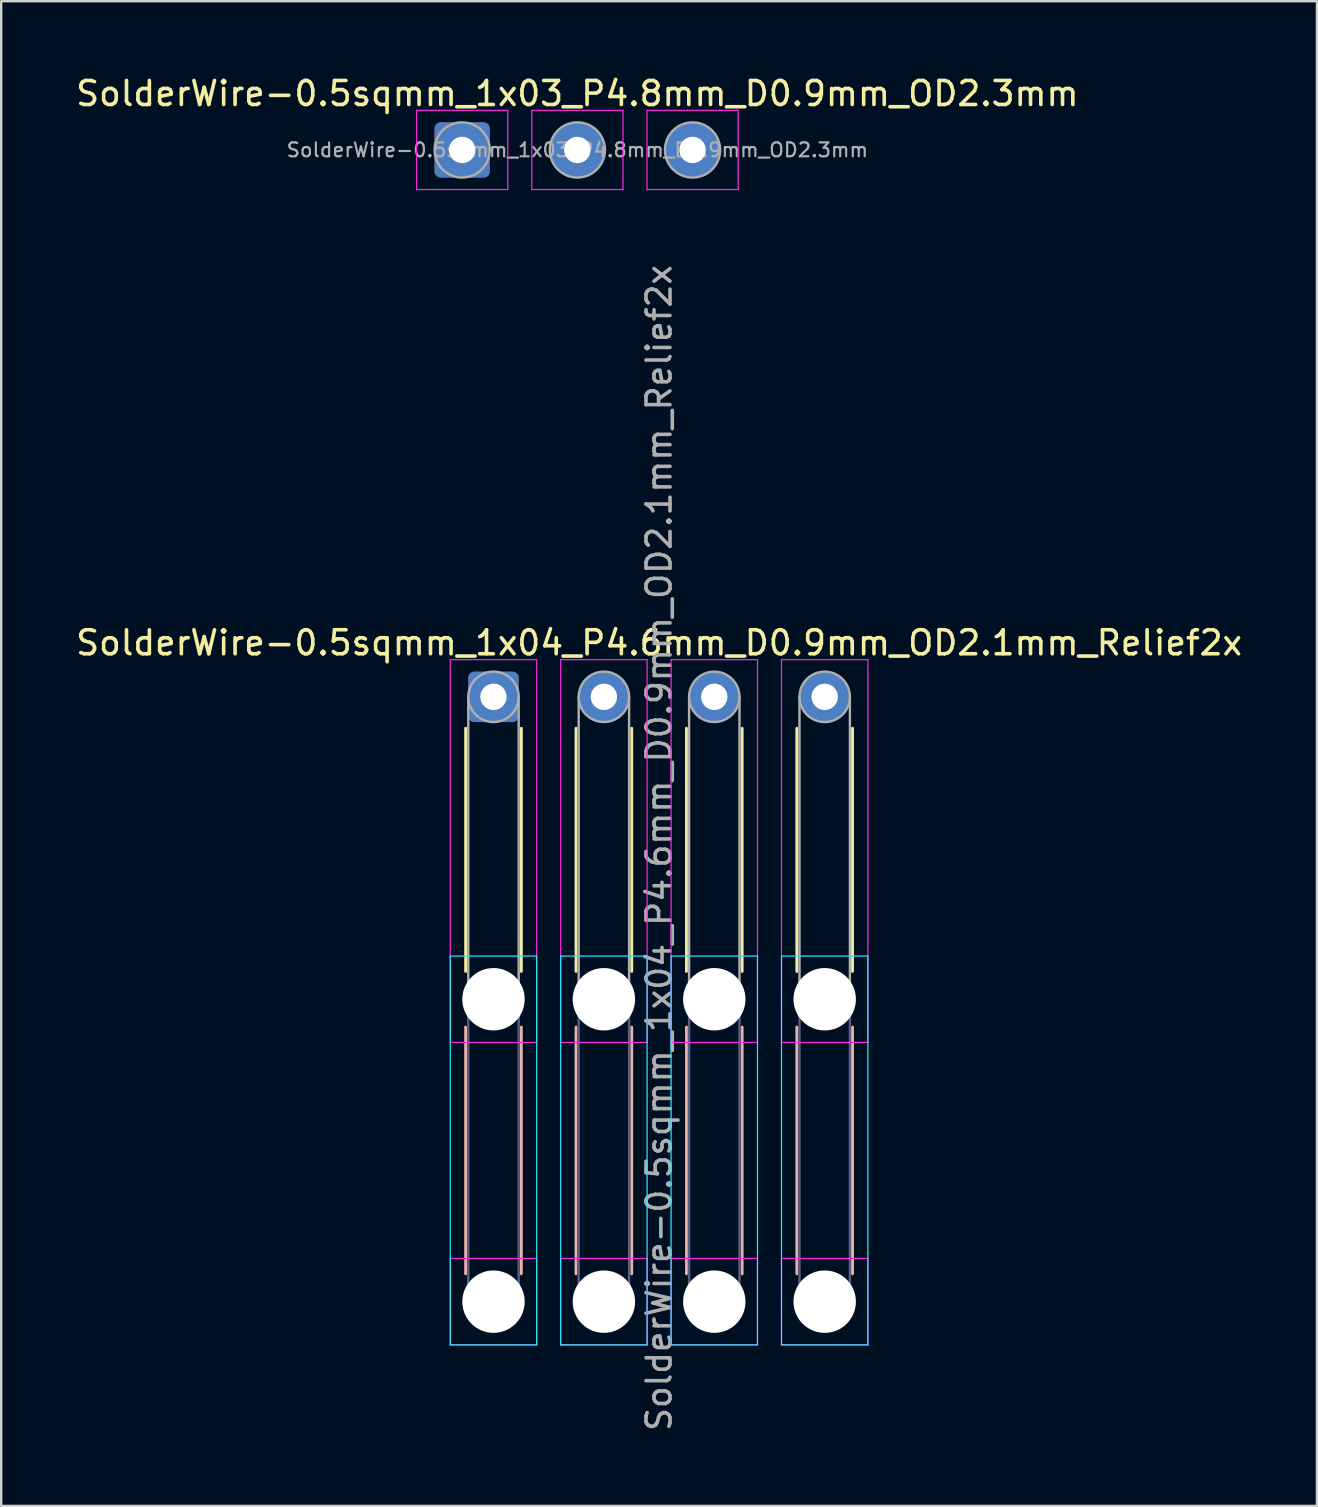
<source format=kicad_pcb>
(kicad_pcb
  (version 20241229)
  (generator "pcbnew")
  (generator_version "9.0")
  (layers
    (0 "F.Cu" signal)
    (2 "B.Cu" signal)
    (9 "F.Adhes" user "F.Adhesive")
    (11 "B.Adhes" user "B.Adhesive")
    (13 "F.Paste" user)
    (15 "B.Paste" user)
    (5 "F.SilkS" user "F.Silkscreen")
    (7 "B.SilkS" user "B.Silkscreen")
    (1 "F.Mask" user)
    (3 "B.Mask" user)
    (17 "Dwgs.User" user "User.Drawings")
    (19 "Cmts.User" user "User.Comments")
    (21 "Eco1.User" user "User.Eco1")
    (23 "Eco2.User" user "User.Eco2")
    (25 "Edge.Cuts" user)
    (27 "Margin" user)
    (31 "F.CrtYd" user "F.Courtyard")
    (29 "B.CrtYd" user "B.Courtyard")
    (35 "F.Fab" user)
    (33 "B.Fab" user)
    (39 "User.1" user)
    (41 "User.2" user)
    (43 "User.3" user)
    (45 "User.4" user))
  (footprint "SolderWire-0.5sqmm_1x04_P4.6mm_D0.9mm_OD2.1mm_Relief2x"
    (layer "F.Cu")
    (at 17.511 25.984)
    (property "Reference" "SolderWire-0.5sqmm_1x04_P4.6mm_D0.9mm_OD2.1mm_Relief2x" (at 6.9 -2.25 0) (layer "F.SilkS") (effects (font (size 1 1) (thickness 0.15))))
    (attr exclude_from_pos_files exclude_from_bom)
    (fp_line (start -1.16 1.31) (end -1.16 11.44) (stroke (width 0.12) (type solid)) (layer "F.SilkS"))
    (fp_line (start 1.16 1.31) (end 1.16 11.44) (stroke (width 0.12) (type solid)) (layer "F.SilkS"))
    (fp_line (start 3.44 1.31) (end 3.44 11.44) (stroke (width 0.12) (type solid)) (layer "F.SilkS"))
    (fp_line (start 5.76 1.31) (end 5.76 11.44) (stroke (width 0.12) (type solid)) (layer "F.SilkS"))
    (fp_line (start 8.04 1.31) (end 8.04 11.44) (stroke (width 0.12) (type solid)) (layer "F.SilkS"))
    (fp_line (start 10.36 1.31) (end 10.36 11.44) (stroke (width 0.12) (type solid)) (layer "F.SilkS"))
    (fp_line (start 12.64 1.31) (end 12.64 11.44) (stroke (width 0.12) (type solid)) (layer "F.SilkS"))
    (fp_line (start 14.96 1.31) (end 14.96 11.44) (stroke (width 0.12) (type solid)) (layer "F.SilkS"))
    (fp_line (start -1.16 13.76) (end -1.16 24.04) (stroke (width 0.12) (type solid)) (layer "B.SilkS"))
    (fp_line (start 1.16 13.76) (end 1.16 24.04) (stroke (width 0.12) (type solid)) (layer "B.SilkS"))
    (fp_line (start 3.44 13.76) (end 3.44 24.04) (stroke (width 0.12) (type solid)) (layer "B.SilkS"))
    (fp_line (start 5.76 13.76) (end 5.76 24.04) (stroke (width 0.12) (type solid)) (layer "B.SilkS"))
    (fp_line (start 8.04 13.76) (end 8.04 24.04) (stroke (width 0.12) (type solid)) (layer "B.SilkS"))
    (fp_line (start 10.36 13.76) (end 10.36 24.04) (stroke (width 0.12) (type solid)) (layer "B.SilkS"))
    (fp_line (start 12.64 13.76) (end 12.64 24.04) (stroke (width 0.12) (type solid)) (layer "B.SilkS"))
    (fp_line (start 14.96 13.76) (end 14.96 24.04) (stroke (width 0.12) (type solid)) (layer "B.SilkS"))
    (fp_line (start -1.8 10.8) (end -1.8 27) (stroke (width 0.05) (type solid)) (layer "B.CrtYd"))
    (fp_line (start -1.8 27) (end 1.8 27) (stroke (width 0.05) (type solid)) (layer "B.CrtYd"))
    (fp_line (start 1.8 10.8) (end -1.8 10.8) (stroke (width 0.05) (type solid)) (layer "B.CrtYd"))
    (fp_line (start 1.8 27) (end 1.8 10.8) (stroke (width 0.05) (type solid)) (layer "B.CrtYd"))
    (fp_line (start 2.8 10.8) (end 2.8 27) (stroke (width 0.05) (type solid)) (layer "B.CrtYd"))
    (fp_line (start 2.8 27) (end 6.4 27) (stroke (width 0.05) (type solid)) (layer "B.CrtYd"))
    (fp_line (start 6.4 10.8) (end 2.8 10.8) (stroke (width 0.05) (type solid)) (layer "B.CrtYd"))
    (fp_line (start 6.4 27) (end 6.4 10.8) (stroke (width 0.05) (type solid)) (layer "B.CrtYd"))
    (fp_line (start 7.4 10.8) (end 7.4 27) (stroke (width 0.05) (type solid)) (layer "B.CrtYd"))
    (fp_line (start 7.4 27) (end 11 27) (stroke (width 0.05) (type solid)) (layer "B.CrtYd"))
    (fp_line (start 11 10.8) (end 7.4 10.8) (stroke (width 0.05) (type solid)) (layer "B.CrtYd"))
    (fp_line (start 11 27) (end 11 10.8) (stroke (width 0.05) (type solid)) (layer "B.CrtYd"))
    (fp_line (start 12 10.8) (end 12 27) (stroke (width 0.05) (type solid)) (layer "B.CrtYd"))
    (fp_line (start 12 27) (end 15.6 27) (stroke (width 0.05) (type solid)) (layer "B.CrtYd"))
    (fp_line (start 15.6 10.8) (end 12 10.8) (stroke (width 0.05) (type solid)) (layer "B.CrtYd"))
    (fp_line (start 15.6 27) (end 15.6 10.8) (stroke (width 0.05) (type solid)) (layer "B.CrtYd"))
    (fp_line (start -1.8 -1.55) (end -1.8 14.4) (stroke (width 0.05) (type solid)) (layer "F.CrtYd"))
    (fp_line (start -1.8 14.4) (end 1.8 14.4) (stroke (width 0.05) (type solid)) (layer "F.CrtYd"))
    (fp_line (start -1.8 23.4) (end -1.8 27) (stroke (width 0.05) (type solid)) (layer "F.CrtYd"))
    (fp_line (start -1.8 27) (end 1.8 27) (stroke (width 0.05) (type solid)) (layer "F.CrtYd"))
    (fp_line (start 1.8 -1.55) (end -1.8 -1.55) (stroke (width 0.05) (type solid)) (layer "F.CrtYd"))
    (fp_line (start 1.8 14.4) (end 1.8 -1.55) (stroke (width 0.05) (type solid)) (layer "F.CrtYd"))
    (fp_line (start 1.8 23.4) (end -1.8 23.4) (stroke (width 0.05) (type solid)) (layer "F.CrtYd"))
    (fp_line (start 1.8 27) (end 1.8 23.4) (stroke (width 0.05) (type solid)) (layer "F.CrtYd"))
    (fp_line (start 2.8 -1.55) (end 2.8 14.4) (stroke (width 0.05) (type solid)) (layer "F.CrtYd"))
    (fp_line (start 2.8 14.4) (end 6.4 14.4) (stroke (width 0.05) (type solid)) (layer "F.CrtYd"))
    (fp_line (start 2.8 23.4) (end 2.8 27) (stroke (width 0.05) (type solid)) (layer "F.CrtYd"))
    (fp_line (start 2.8 27) (end 6.4 27) (stroke (width 0.05) (type solid)) (layer "F.CrtYd"))
    (fp_line (start 6.4 -1.55) (end 2.8 -1.55) (stroke (width 0.05) (type solid)) (layer "F.CrtYd"))
    (fp_line (start 6.4 14.4) (end 6.4 -1.55) (stroke (width 0.05) (type solid)) (layer "F.CrtYd"))
    (fp_line (start 6.4 23.4) (end 2.8 23.4) (stroke (width 0.05) (type solid)) (layer "F.CrtYd"))
    (fp_line (start 6.4 27) (end 6.4 23.4) (stroke (width 0.05) (type solid)) (layer "F.CrtYd"))
    (fp_line (start 7.4 -1.55) (end 7.4 14.4) (stroke (width 0.05) (type solid)) (layer "F.CrtYd"))
    (fp_line (start 7.4 14.4) (end 11 14.4) (stroke (width 0.05) (type solid)) (layer "F.CrtYd"))
    (fp_line (start 7.4 23.4) (end 7.4 27) (stroke (width 0.05) (type solid)) (layer "F.CrtYd"))
    (fp_line (start 7.4 27) (end 11 27) (stroke (width 0.05) (type solid)) (layer "F.CrtYd"))
    (fp_line (start 11 -1.55) (end 7.4 -1.55) (stroke (width 0.05) (type solid)) (layer "F.CrtYd"))
    (fp_line (start 11 14.4) (end 11 -1.55) (stroke (width 0.05) (type solid)) (layer "F.CrtYd"))
    (fp_line (start 11 23.4) (end 7.4 23.4) (stroke (width 0.05) (type solid)) (layer "F.CrtYd"))
    (fp_line (start 11 27) (end 11 23.4) (stroke (width 0.05) (type solid)) (layer "F.CrtYd"))
    (fp_line (start 12 -1.55) (end 12 14.4) (stroke (width 0.05) (type solid)) (layer "F.CrtYd"))
    (fp_line (start 12 14.4) (end 15.6 14.4) (stroke (width 0.05) (type solid)) (layer "F.CrtYd"))
    (fp_line (start 12 23.4) (end 12 27) (stroke (width 0.05) (type solid)) (layer "F.CrtYd"))
    (fp_line (start 12 27) (end 15.6 27) (stroke (width 0.05) (type solid)) (layer "F.CrtYd"))
    (fp_line (start 15.6 -1.55) (end 12 -1.55) (stroke (width 0.05) (type solid)) (layer "F.CrtYd"))
    (fp_line (start 15.6 14.4) (end 15.6 -1.55) (stroke (width 0.05) (type solid)) (layer "F.CrtYd"))
    (fp_line (start 15.6 23.4) (end 12 23.4) (stroke (width 0.05) (type solid)) (layer "F.CrtYd"))
    (fp_line (start 15.6 27) (end 15.6 23.4) (stroke (width 0.05) (type solid)) (layer "F.CrtYd"))
    (fp_line (start -1.05 12.6) (end -1.05 25.2) (stroke (width 0.1) (type solid)) (layer "B.Fab"))
    (fp_line (start 1.05 12.6) (end 1.05 25.2) (stroke (width 0.1) (type solid)) (layer "B.Fab"))
    (fp_line (start 3.55 12.6) (end 3.55 25.2) (stroke (width 0.1) (type solid)) (layer "B.Fab"))
    (fp_line (start 5.65 12.6) (end 5.65 25.2) (stroke (width 0.1) (type solid)) (layer "B.Fab"))
    (fp_line (start 8.15 12.6) (end 8.15 25.2) (stroke (width 0.1) (type solid)) (layer "B.Fab"))
    (fp_line (start 10.25 12.6) (end 10.25 25.2) (stroke (width 0.1) (type solid)) (layer "B.Fab"))
    (fp_line (start 12.75 12.6) (end 12.75 25.2) (stroke (width 0.1) (type solid)) (layer "B.Fab"))
    (fp_line (start 14.85 12.6) (end 14.85 25.2) (stroke (width 0.1) (type solid)) (layer "B.Fab"))
    (fp_circle (center 0 12.6) (end 1.05 12.6) (stroke (width 0.1) (type solid)) (fill no) (layer "B.Fab"))
    (fp_circle (center 0 25.2) (end 1.05 25.2) (stroke (width 0.1) (type solid)) (fill no) (layer "B.Fab"))
    (fp_circle (center 4.6 12.6) (end 5.65 12.6) (stroke (width 0.1) (type solid)) (fill no) (layer "B.Fab"))
    (fp_circle (center 4.6 25.2) (end 5.65 25.2) (stroke (width 0.1) (type solid)) (fill no) (layer "B.Fab"))
    (fp_circle (center 9.2 12.6) (end 10.25 12.6) (stroke (width 0.1) (type solid)) (fill no) (layer "B.Fab"))
    (fp_circle (center 9.2 25.2) (end 10.25 25.2) (stroke (width 0.1) (type solid)) (fill no) (layer "B.Fab"))
    (fp_circle (center 13.8 12.6) (end 14.85 12.6) (stroke (width 0.1) (type solid)) (fill no) (layer "B.Fab"))
    (fp_circle (center 13.8 25.2) (end 14.85 25.2) (stroke (width 0.1) (type solid)) (fill no) (layer "B.Fab"))
    (fp_line (start -1.05 0) (end -1.05 12.6) (stroke (width 0.1) (type solid)) (layer "F.Fab"))
    (fp_line (start 1.05 0) (end 1.05 12.6) (stroke (width 0.1) (type solid)) (layer "F.Fab"))
    (fp_line (start 3.55 0) (end 3.55 12.6) (stroke (width 0.1) (type solid)) (layer "F.Fab"))
    (fp_line (start 5.65 0) (end 5.65 12.6) (stroke (width 0.1) (type solid)) (layer "F.Fab"))
    (fp_line (start 8.15 0) (end 8.15 12.6) (stroke (width 0.1) (type solid)) (layer "F.Fab"))
    (fp_line (start 10.25 0) (end 10.25 12.6) (stroke (width 0.1) (type solid)) (layer "F.Fab"))
    (fp_line (start 12.75 0) (end 12.75 12.6) (stroke (width 0.1) (type solid)) (layer "F.Fab"))
    (fp_line (start 14.85 0) (end 14.85 12.6) (stroke (width 0.1) (type solid)) (layer "F.Fab"))
    (fp_circle (center 0 0) (end 1.05 0) (stroke (width 0.1) (type solid)) (fill no) (layer "F.Fab"))
    (fp_circle (center 0 12.6) (end 1.05 12.6) (stroke (width 0.1) (type solid)) (fill no) (layer "F.Fab"))
    (fp_circle (center 0 25.2) (end 1.05 25.2) (stroke (width 0.1) (type solid)) (fill no) (layer "F.Fab"))
    (fp_circle (center 4.6 0) (end 5.65 0) (stroke (width 0.1) (type solid)) (fill no) (layer "F.Fab"))
    (fp_circle (center 4.6 12.6) (end 5.65 12.6) (stroke (width 0.1) (type solid)) (fill no) (layer "F.Fab"))
    (fp_circle (center 4.6 25.2) (end 5.65 25.2) (stroke (width 0.1) (type solid)) (fill no) (layer "F.Fab"))
    (fp_circle (center 9.2 0) (end 10.25 0) (stroke (width 0.1) (type solid)) (fill no) (layer "F.Fab"))
    (fp_circle (center 9.2 12.6) (end 10.25 12.6) (stroke (width 0.1) (type solid)) (fill no) (layer "F.Fab"))
    (fp_circle (center 9.2 25.2) (end 10.25 25.2) (stroke (width 0.1) (type solid)) (fill no) (layer "F.Fab"))
    (fp_circle (center 13.8 0) (end 14.85 0) (stroke (width 0.1) (type solid)) (fill no) (layer "F.Fab"))
    (fp_circle (center 13.8 12.6) (end 14.85 12.6) (stroke (width 0.1) (type solid)) (fill no) (layer "F.Fab"))
    (fp_circle (center 13.8 25.2) (end 14.85 25.2) (stroke (width 0.1) (type solid)) (fill no) (layer "F.Fab"))
    (fp_text user "${REFERENCE}" (at 6.9 6.3 90) (layer "F.Fab") (effects (font (size 1 1) (thickness 0.15))))
    (pad "" np_thru_hole circle (at 0 12.6) (size 2.6 2.6) (drill 2.6) (layers "*.Cu" "*.Mask"))
    (pad "" np_thru_hole circle (at 0 25.2) (size 2.6 2.6) (drill 2.6) (layers "*.Cu" "*.Mask"))
    (pad "" np_thru_hole circle (at 4.6 12.6) (size 2.6 2.6) (drill 2.6) (layers "*.Cu" "*.Mask"))
    (pad "" np_thru_hole circle (at 4.6 25.2) (size 2.6 2.6) (drill 2.6) (layers "*.Cu" "*.Mask"))
    (pad "" np_thru_hole circle (at 9.2 12.6) (size 2.6 2.6) (drill 2.6) (layers "*.Cu" "*.Mask"))
    (pad "" np_thru_hole circle (at 9.2 25.2) (size 2.6 2.6) (drill 2.6) (layers "*.Cu" "*.Mask"))
    (pad "" np_thru_hole circle (at 13.8 12.6) (size 2.6 2.6) (drill 2.6) (layers "*.Cu" "*.Mask"))
    (pad "" np_thru_hole circle (at 13.8 25.2) (size 2.6 2.6) (drill 2.6) (layers "*.Cu" "*.Mask"))
    (pad "1" thru_hole roundrect (at 0 0) (size 2.1 2.1) (drill 1.1) (layers "*.Cu" "*.Mask") (roundrect_rratio 0.119))
    (pad "2" thru_hole circle (at 4.6 0) (size 2.1 2.1) (drill 1.1) (layers "*.Cu" "*.Mask"))
    (pad "3" thru_hole circle (at 9.2 0) (size 2.1 2.1) (drill 1.1) (layers "*.Cu" "*.Mask"))
    (pad "4" thru_hole circle (at 13.8 0) (size 2.1 2.1) (drill 1.1) (layers "*.Cu" "*.Mask")))
  (footprint "SolderWire-0.5sqmm_1x03_P4.8mm_D0.9mm_OD2.3mm"
    (layer "F.Cu")
    (at 16.206 3.198)
    (property "Reference" "SolderWire-0.5sqmm_1x03_P4.8mm_D0.9mm_OD2.3mm" (at 4.8 -2.35 0) (layer "F.SilkS") (effects (font (size 1 1) (thickness 0.15))))
    (attr exclude_from_pos_files exclude_from_bom)
    (fp_line (start -1.9 -1.65) (end -1.9 1.65) (stroke (width 0.05) (type solid)) (layer "F.CrtYd"))
    (fp_line (start -1.9 1.65) (end 1.9 1.65) (stroke (width 0.05) (type solid)) (layer "F.CrtYd"))
    (fp_line (start 1.9 -1.65) (end -1.9 -1.65) (stroke (width 0.05) (type solid)) (layer "F.CrtYd"))
    (fp_line (start 1.9 1.65) (end 1.9 -1.65) (stroke (width 0.05) (type solid)) (layer "F.CrtYd"))
    (fp_line (start 2.9 -1.65) (end 2.9 1.65) (stroke (width 0.05) (type solid)) (layer "F.CrtYd"))
    (fp_line (start 2.9 1.65) (end 6.7 1.65) (stroke (width 0.05) (type solid)) (layer "F.CrtYd"))
    (fp_line (start 6.7 -1.65) (end 2.9 -1.65) (stroke (width 0.05) (type solid)) (layer "F.CrtYd"))
    (fp_line (start 6.7 1.65) (end 6.7 -1.65) (stroke (width 0.05) (type solid)) (layer "F.CrtYd"))
    (fp_line (start 7.7 -1.65) (end 7.7 1.65) (stroke (width 0.05) (type solid)) (layer "F.CrtYd"))
    (fp_line (start 7.7 1.65) (end 11.5 1.65) (stroke (width 0.05) (type solid)) (layer "F.CrtYd"))
    (fp_line (start 11.5 -1.65) (end 7.7 -1.65) (stroke (width 0.05) (type solid)) (layer "F.CrtYd"))
    (fp_line (start 11.5 1.65) (end 11.5 -1.65) (stroke (width 0.05) (type solid)) (layer "F.CrtYd"))
    (fp_circle (center 0 0) (end 1.15 0) (stroke (width 0.1) (type solid)) (fill no) (layer "F.Fab"))
    (fp_circle (center 4.8 0) (end 5.95 0) (stroke (width 0.1) (type solid)) (fill no) (layer "F.Fab"))
    (fp_circle (center 9.6 0) (end 10.75 0) (stroke (width 0.1) (type solid)) (fill no) (layer "F.Fab"))
    (fp_text user "${REFERENCE}" (at 4.8 0 0) (layer "F.Fab") (effects (font (size 0.58 0.58) (thickness 0.09))))
    (pad "1" thru_hole roundrect (at 0 0) (size 2.3 2.3) (drill 1.1) (layers "*.Cu" "*.Mask") (roundrect_rratio 0.109))
    (pad "2" thru_hole circle (at 4.8 0) (size 2.3 2.3) (drill 1.1) (layers "*.Cu" "*.Mask"))
    (pad "3" thru_hole circle (at 9.6 0) (size 2.3 2.3) (drill 1.1) (layers "*.Cu" "*.Mask")))
  (gr_rect
    (start -3 -3)
    (end 51.821 59.695)
    (stroke (width 0.1) (type default))
    (fill no)
    (layer "Edge.Cuts")))
</source>
